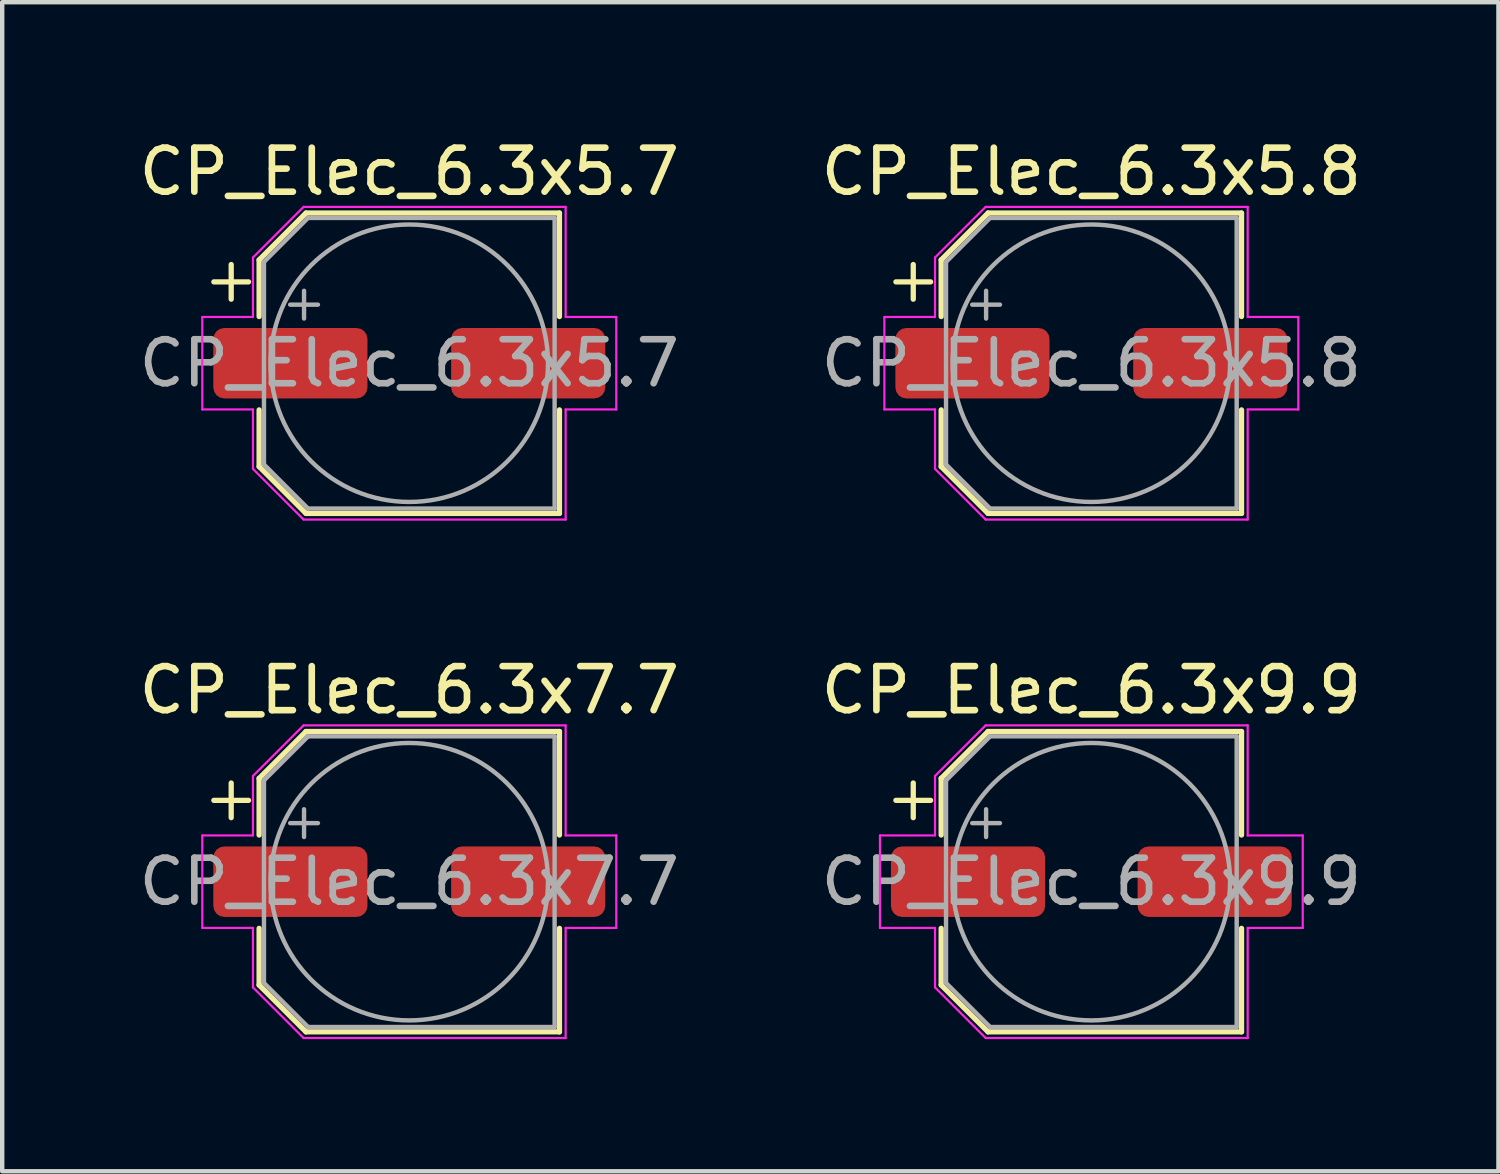
<source format=kicad_pcb>
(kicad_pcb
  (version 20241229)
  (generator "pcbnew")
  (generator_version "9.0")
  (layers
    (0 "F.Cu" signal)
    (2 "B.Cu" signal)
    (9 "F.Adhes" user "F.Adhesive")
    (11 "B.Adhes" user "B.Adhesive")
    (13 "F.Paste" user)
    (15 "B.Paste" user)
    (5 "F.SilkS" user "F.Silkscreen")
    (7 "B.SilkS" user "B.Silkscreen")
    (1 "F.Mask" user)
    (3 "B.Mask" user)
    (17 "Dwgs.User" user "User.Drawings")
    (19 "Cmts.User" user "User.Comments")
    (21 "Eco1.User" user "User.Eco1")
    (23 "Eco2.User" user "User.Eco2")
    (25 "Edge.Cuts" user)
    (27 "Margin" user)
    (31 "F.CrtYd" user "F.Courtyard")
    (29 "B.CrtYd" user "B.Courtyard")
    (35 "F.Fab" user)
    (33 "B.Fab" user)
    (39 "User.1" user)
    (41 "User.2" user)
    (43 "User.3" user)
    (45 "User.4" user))
  (footprint "CP_Elec_6.3x5.7"
    (layer "F.Cu")
    (at 6.244 5.198)
    (property "Reference" "CP_Elec_6.3x5.7" (at 0 -4.35 0) (layer "F.SilkS") (effects (font (size 1 1) (thickness 0.15))))
    (attr smd)
    (fp_line (start -4.438 -1.847) (end -3.65 -1.847) (stroke (width 0.12) (type solid)) (layer "F.SilkS"))
    (fp_line (start -4.044 -2.241) (end -4.044 -1.454) (stroke (width 0.12) (type solid)) (layer "F.SilkS"))
    (fp_line (start -3.41 -2.346) (end -3.41 -1.06) (stroke (width 0.12) (type solid)) (layer "F.SilkS"))
    (fp_line (start -3.41 -2.346) (end -2.346 -3.41) (stroke (width 0.12) (type solid)) (layer "F.SilkS"))
    (fp_line (start -3.41 2.346) (end -3.41 1.06) (stroke (width 0.12) (type solid)) (layer "F.SilkS"))
    (fp_line (start -3.41 2.346) (end -2.346 3.41) (stroke (width 0.12) (type solid)) (layer "F.SilkS"))
    (fp_line (start -2.346 -3.41) (end 3.41 -3.41) (stroke (width 0.12) (type solid)) (layer "F.SilkS"))
    (fp_line (start -2.346 3.41) (end 3.41 3.41) (stroke (width 0.12) (type solid)) (layer "F.SilkS"))
    (fp_line (start 3.41 -3.41) (end 3.41 -1.06) (stroke (width 0.12) (type solid)) (layer "F.SilkS"))
    (fp_line (start 3.41 3.41) (end 3.41 1.06) (stroke (width 0.12) (type solid)) (layer "F.SilkS"))
    (fp_line (start -4.7 -1.05) (end -4.7 1.05) (stroke (width 0.05) (type solid)) (layer "F.CrtYd"))
    (fp_line (start -4.7 1.05) (end -3.55 1.05) (stroke (width 0.05) (type solid)) (layer "F.CrtYd"))
    (fp_line (start -3.55 -2.4) (end -3.55 -1.05) (stroke (width 0.05) (type solid)) (layer "F.CrtYd"))
    (fp_line (start -3.55 -2.4) (end -2.4 -3.55) (stroke (width 0.05) (type solid)) (layer "F.CrtYd"))
    (fp_line (start -3.55 -1.05) (end -4.7 -1.05) (stroke (width 0.05) (type solid)) (layer "F.CrtYd"))
    (fp_line (start -3.55 1.05) (end -3.55 2.4) (stroke (width 0.05) (type solid)) (layer "F.CrtYd"))
    (fp_line (start -3.55 2.4) (end -2.4 3.55) (stroke (width 0.05) (type solid)) (layer "F.CrtYd"))
    (fp_line (start -2.4 -3.55) (end 3.55 -3.55) (stroke (width 0.05) (type solid)) (layer "F.CrtYd"))
    (fp_line (start -2.4 3.55) (end 3.55 3.55) (stroke (width 0.05) (type solid)) (layer "F.CrtYd"))
    (fp_line (start 3.55 -3.55) (end 3.55 -1.05) (stroke (width 0.05) (type solid)) (layer "F.CrtYd"))
    (fp_line (start 3.55 -1.05) (end 4.7 -1.05) (stroke (width 0.05) (type solid)) (layer "F.CrtYd"))
    (fp_line (start 3.55 1.05) (end 3.55 3.55) (stroke (width 0.05) (type solid)) (layer "F.CrtYd"))
    (fp_line (start 4.7 -1.05) (end 4.7 1.05) (stroke (width 0.05) (type solid)) (layer "F.CrtYd"))
    (fp_line (start 4.7 1.05) (end 3.55 1.05) (stroke (width 0.05) (type solid)) (layer "F.CrtYd"))
    (fp_line (start -3.3 -2.3) (end -3.3 2.3) (stroke (width 0.1) (type solid)) (layer "F.Fab"))
    (fp_line (start -3.3 -2.3) (end -2.3 -3.3) (stroke (width 0.1) (type solid)) (layer "F.Fab"))
    (fp_line (start -3.3 2.3) (end -2.3 3.3) (stroke (width 0.1) (type solid)) (layer "F.Fab"))
    (fp_line (start -2.705 -1.33) (end -2.075 -1.33) (stroke (width 0.1) (type solid)) (layer "F.Fab"))
    (fp_line (start -2.39 -1.645) (end -2.39 -1.015) (stroke (width 0.1) (type solid)) (layer "F.Fab"))
    (fp_line (start -2.3 -3.3) (end 3.3 -3.3) (stroke (width 0.1) (type solid)) (layer "F.Fab"))
    (fp_line (start -2.3 3.3) (end 3.3 3.3) (stroke (width 0.1) (type solid)) (layer "F.Fab"))
    (fp_line (start 3.3 -3.3) (end 3.3 3.3) (stroke (width 0.1) (type solid)) (layer "F.Fab"))
    (fp_circle (center 0 0) (end 3.15 0) (stroke (width 0.1) (type solid)) (fill no) (layer "F.Fab"))
    (fp_text user "${REFERENCE}" (at 0 0 0) (layer "F.Fab") (effects (font (size 1 1) (thickness 0.15))))
    (pad "1" smd roundrect (at -2.7 0) (size 3.5 1.6) (layers "F.Cu" "F.Mask" "F.Paste") (roundrect_rratio 0.156))
    (pad "2" smd roundrect (at 2.7 0) (size 3.5 1.6) (layers "F.Cu" "F.Mask" "F.Paste") (roundrect_rratio 0.156)))
  (footprint "CP_Elec_6.3x9.9"
    (layer "F.Cu")
    (at 21.732 16.971)
    (property "Reference" "CP_Elec_6.3x9.9" (at 0 -4.35 0) (layer "F.SilkS") (effects (font (size 1 1) (thickness 0.15))))
    (attr smd)
    (fp_line (start -4.438 -1.847) (end -3.65 -1.847) (stroke (width 0.12) (type solid)) (layer "F.SilkS"))
    (fp_line (start -4.044 -2.241) (end -4.044 -1.454) (stroke (width 0.12) (type solid)) (layer "F.SilkS"))
    (fp_line (start -3.41 -2.346) (end -3.41 -1.06) (stroke (width 0.12) (type solid)) (layer "F.SilkS"))
    (fp_line (start -3.41 -2.346) (end -2.346 -3.41) (stroke (width 0.12) (type solid)) (layer "F.SilkS"))
    (fp_line (start -3.41 2.346) (end -3.41 1.06) (stroke (width 0.12) (type solid)) (layer "F.SilkS"))
    (fp_line (start -3.41 2.346) (end -2.346 3.41) (stroke (width 0.12) (type solid)) (layer "F.SilkS"))
    (fp_line (start -2.346 -3.41) (end 3.41 -3.41) (stroke (width 0.12) (type solid)) (layer "F.SilkS"))
    (fp_line (start -2.346 3.41) (end 3.41 3.41) (stroke (width 0.12) (type solid)) (layer "F.SilkS"))
    (fp_line (start 3.41 -3.41) (end 3.41 -1.06) (stroke (width 0.12) (type solid)) (layer "F.SilkS"))
    (fp_line (start 3.41 3.41) (end 3.41 1.06) (stroke (width 0.12) (type solid)) (layer "F.SilkS"))
    (fp_line (start -4.8 -1.05) (end -4.8 1.05) (stroke (width 0.05) (type solid)) (layer "F.CrtYd"))
    (fp_line (start -4.8 1.05) (end -3.55 1.05) (stroke (width 0.05) (type solid)) (layer "F.CrtYd"))
    (fp_line (start -3.55 -2.4) (end -3.55 -1.05) (stroke (width 0.05) (type solid)) (layer "F.CrtYd"))
    (fp_line (start -3.55 -2.4) (end -2.4 -3.55) (stroke (width 0.05) (type solid)) (layer "F.CrtYd"))
    (fp_line (start -3.55 -1.05) (end -4.8 -1.05) (stroke (width 0.05) (type solid)) (layer "F.CrtYd"))
    (fp_line (start -3.55 1.05) (end -3.55 2.4) (stroke (width 0.05) (type solid)) (layer "F.CrtYd"))
    (fp_line (start -3.55 2.4) (end -2.4 3.55) (stroke (width 0.05) (type solid)) (layer "F.CrtYd"))
    (fp_line (start -2.4 -3.55) (end 3.55 -3.55) (stroke (width 0.05) (type solid)) (layer "F.CrtYd"))
    (fp_line (start -2.4 3.55) (end 3.55 3.55) (stroke (width 0.05) (type solid)) (layer "F.CrtYd"))
    (fp_line (start 3.55 -3.55) (end 3.55 -1.05) (stroke (width 0.05) (type solid)) (layer "F.CrtYd"))
    (fp_line (start 3.55 -1.05) (end 4.8 -1.05) (stroke (width 0.05) (type solid)) (layer "F.CrtYd"))
    (fp_line (start 3.55 1.05) (end 3.55 3.55) (stroke (width 0.05) (type solid)) (layer "F.CrtYd"))
    (fp_line (start 4.8 -1.05) (end 4.8 1.05) (stroke (width 0.05) (type solid)) (layer "F.CrtYd"))
    (fp_line (start 4.8 1.05) (end 3.55 1.05) (stroke (width 0.05) (type solid)) (layer "F.CrtYd"))
    (fp_line (start -3.3 -2.3) (end -3.3 2.3) (stroke (width 0.1) (type solid)) (layer "F.Fab"))
    (fp_line (start -3.3 -2.3) (end -2.3 -3.3) (stroke (width 0.1) (type solid)) (layer "F.Fab"))
    (fp_line (start -3.3 2.3) (end -2.3 3.3) (stroke (width 0.1) (type solid)) (layer "F.Fab"))
    (fp_line (start -2.705 -1.33) (end -2.075 -1.33) (stroke (width 0.1) (type solid)) (layer "F.Fab"))
    (fp_line (start -2.39 -1.645) (end -2.39 -1.015) (stroke (width 0.1) (type solid)) (layer "F.Fab"))
    (fp_line (start -2.3 -3.3) (end 3.3 -3.3) (stroke (width 0.1) (type solid)) (layer "F.Fab"))
    (fp_line (start -2.3 3.3) (end 3.3 3.3) (stroke (width 0.1) (type solid)) (layer "F.Fab"))
    (fp_line (start 3.3 -3.3) (end 3.3 3.3) (stroke (width 0.1) (type solid)) (layer "F.Fab"))
    (fp_circle (center 0 0) (end 3.15 0) (stroke (width 0.1) (type solid)) (fill no) (layer "F.Fab"))
    (fp_text user "${REFERENCE}" (at 0 0 0) (layer "F.Fab") (effects (font (size 1 1) (thickness 0.15))))
    (pad "1" smd roundrect (at -2.8 0) (size 3.5 1.6) (layers "F.Cu" "F.Mask" "F.Paste") (roundrect_rratio 0.156))
    (pad "2" smd roundrect (at 2.8 0) (size 3.5 1.6) (layers "F.Cu" "F.Mask" "F.Paste") (roundrect_rratio 0.156)))
  (footprint "CP_Elec_6.3x5.8"
    (layer "F.Cu")
    (at 21.732 5.198)
    (property "Reference" "CP_Elec_6.3x5.8" (at 0 -4.35 0) (layer "F.SilkS") (effects (font (size 1 1) (thickness 0.15))))
    (attr smd)
    (fp_line (start -4.438 -1.847) (end -3.65 -1.847) (stroke (width 0.12) (type solid)) (layer "F.SilkS"))
    (fp_line (start -4.044 -2.241) (end -4.044 -1.454) (stroke (width 0.12) (type solid)) (layer "F.SilkS"))
    (fp_line (start -3.41 -2.346) (end -3.41 -1.06) (stroke (width 0.12) (type solid)) (layer "F.SilkS"))
    (fp_line (start -3.41 -2.346) (end -2.346 -3.41) (stroke (width 0.12) (type solid)) (layer "F.SilkS"))
    (fp_line (start -3.41 2.346) (end -3.41 1.06) (stroke (width 0.12) (type solid)) (layer "F.SilkS"))
    (fp_line (start -3.41 2.346) (end -2.346 3.41) (stroke (width 0.12) (type solid)) (layer "F.SilkS"))
    (fp_line (start -2.346 -3.41) (end 3.41 -3.41) (stroke (width 0.12) (type solid)) (layer "F.SilkS"))
    (fp_line (start -2.346 3.41) (end 3.41 3.41) (stroke (width 0.12) (type solid)) (layer "F.SilkS"))
    (fp_line (start 3.41 -3.41) (end 3.41 -1.06) (stroke (width 0.12) (type solid)) (layer "F.SilkS"))
    (fp_line (start 3.41 3.41) (end 3.41 1.06) (stroke (width 0.12) (type solid)) (layer "F.SilkS"))
    (fp_line (start -4.7 -1.05) (end -4.7 1.05) (stroke (width 0.05) (type solid)) (layer "F.CrtYd"))
    (fp_line (start -4.7 1.05) (end -3.55 1.05) (stroke (width 0.05) (type solid)) (layer "F.CrtYd"))
    (fp_line (start -3.55 -2.4) (end -3.55 -1.05) (stroke (width 0.05) (type solid)) (layer "F.CrtYd"))
    (fp_line (start -3.55 -2.4) (end -2.4 -3.55) (stroke (width 0.05) (type solid)) (layer "F.CrtYd"))
    (fp_line (start -3.55 -1.05) (end -4.7 -1.05) (stroke (width 0.05) (type solid)) (layer "F.CrtYd"))
    (fp_line (start -3.55 1.05) (end -3.55 2.4) (stroke (width 0.05) (type solid)) (layer "F.CrtYd"))
    (fp_line (start -3.55 2.4) (end -2.4 3.55) (stroke (width 0.05) (type solid)) (layer "F.CrtYd"))
    (fp_line (start -2.4 -3.55) (end 3.55 -3.55) (stroke (width 0.05) (type solid)) (layer "F.CrtYd"))
    (fp_line (start -2.4 3.55) (end 3.55 3.55) (stroke (width 0.05) (type solid)) (layer "F.CrtYd"))
    (fp_line (start 3.55 -3.55) (end 3.55 -1.05) (stroke (width 0.05) (type solid)) (layer "F.CrtYd"))
    (fp_line (start 3.55 -1.05) (end 4.7 -1.05) (stroke (width 0.05) (type solid)) (layer "F.CrtYd"))
    (fp_line (start 3.55 1.05) (end 3.55 3.55) (stroke (width 0.05) (type solid)) (layer "F.CrtYd"))
    (fp_line (start 4.7 -1.05) (end 4.7 1.05) (stroke (width 0.05) (type solid)) (layer "F.CrtYd"))
    (fp_line (start 4.7 1.05) (end 3.55 1.05) (stroke (width 0.05) (type solid)) (layer "F.CrtYd"))
    (fp_line (start -3.3 -2.3) (end -3.3 2.3) (stroke (width 0.1) (type solid)) (layer "F.Fab"))
    (fp_line (start -3.3 -2.3) (end -2.3 -3.3) (stroke (width 0.1) (type solid)) (layer "F.Fab"))
    (fp_line (start -3.3 2.3) (end -2.3 3.3) (stroke (width 0.1) (type solid)) (layer "F.Fab"))
    (fp_line (start -2.705 -1.33) (end -2.075 -1.33) (stroke (width 0.1) (type solid)) (layer "F.Fab"))
    (fp_line (start -2.39 -1.645) (end -2.39 -1.015) (stroke (width 0.1) (type solid)) (layer "F.Fab"))
    (fp_line (start -2.3 -3.3) (end 3.3 -3.3) (stroke (width 0.1) (type solid)) (layer "F.Fab"))
    (fp_line (start -2.3 3.3) (end 3.3 3.3) (stroke (width 0.1) (type solid)) (layer "F.Fab"))
    (fp_line (start 3.3 -3.3) (end 3.3 3.3) (stroke (width 0.1) (type solid)) (layer "F.Fab"))
    (fp_circle (center 0 0) (end 3.15 0) (stroke (width 0.1) (type solid)) (fill no) (layer "F.Fab"))
    (fp_text user "${REFERENCE}" (at 0 0 0) (layer "F.Fab") (effects (font (size 1 1) (thickness 0.15))))
    (pad "1" smd roundrect (at -2.7 0) (size 3.5 1.6) (layers "F.Cu" "F.Mask" "F.Paste") (roundrect_rratio 0.156))
    (pad "2" smd roundrect (at 2.7 0) (size 3.5 1.6) (layers "F.Cu" "F.Mask" "F.Paste") (roundrect_rratio 0.156)))
  (footprint "CP_Elec_6.3x7.7"
    (layer "F.Cu")
    (at 6.244 16.971)
    (property "Reference" "CP_Elec_6.3x7.7" (at 0 -4.35 0) (layer "F.SilkS") (effects (font (size 1 1) (thickness 0.15))))
    (attr smd)
    (fp_line (start -4.438 -1.847) (end -3.65 -1.847) (stroke (width 0.12) (type solid)) (layer "F.SilkS"))
    (fp_line (start -4.044 -2.241) (end -4.044 -1.454) (stroke (width 0.12) (type solid)) (layer "F.SilkS"))
    (fp_line (start -3.41 -2.346) (end -3.41 -1.06) (stroke (width 0.12) (type solid)) (layer "F.SilkS"))
    (fp_line (start -3.41 -2.346) (end -2.346 -3.41) (stroke (width 0.12) (type solid)) (layer "F.SilkS"))
    (fp_line (start -3.41 2.346) (end -3.41 1.06) (stroke (width 0.12) (type solid)) (layer "F.SilkS"))
    (fp_line (start -3.41 2.346) (end -2.346 3.41) (stroke (width 0.12) (type solid)) (layer "F.SilkS"))
    (fp_line (start -2.346 -3.41) (end 3.41 -3.41) (stroke (width 0.12) (type solid)) (layer "F.SilkS"))
    (fp_line (start -2.346 3.41) (end 3.41 3.41) (stroke (width 0.12) (type solid)) (layer "F.SilkS"))
    (fp_line (start 3.41 -3.41) (end 3.41 -1.06) (stroke (width 0.12) (type solid)) (layer "F.SilkS"))
    (fp_line (start 3.41 3.41) (end 3.41 1.06) (stroke (width 0.12) (type solid)) (layer "F.SilkS"))
    (fp_line (start -4.7 -1.05) (end -4.7 1.05) (stroke (width 0.05) (type solid)) (layer "F.CrtYd"))
    (fp_line (start -4.7 1.05) (end -3.55 1.05) (stroke (width 0.05) (type solid)) (layer "F.CrtYd"))
    (fp_line (start -3.55 -2.4) (end -3.55 -1.05) (stroke (width 0.05) (type solid)) (layer "F.CrtYd"))
    (fp_line (start -3.55 -2.4) (end -2.4 -3.55) (stroke (width 0.05) (type solid)) (layer "F.CrtYd"))
    (fp_line (start -3.55 -1.05) (end -4.7 -1.05) (stroke (width 0.05) (type solid)) (layer "F.CrtYd"))
    (fp_line (start -3.55 1.05) (end -3.55 2.4) (stroke (width 0.05) (type solid)) (layer "F.CrtYd"))
    (fp_line (start -3.55 2.4) (end -2.4 3.55) (stroke (width 0.05) (type solid)) (layer "F.CrtYd"))
    (fp_line (start -2.4 -3.55) (end 3.55 -3.55) (stroke (width 0.05) (type solid)) (layer "F.CrtYd"))
    (fp_line (start -2.4 3.55) (end 3.55 3.55) (stroke (width 0.05) (type solid)) (layer "F.CrtYd"))
    (fp_line (start 3.55 -3.55) (end 3.55 -1.05) (stroke (width 0.05) (type solid)) (layer "F.CrtYd"))
    (fp_line (start 3.55 -1.05) (end 4.7 -1.05) (stroke (width 0.05) (type solid)) (layer "F.CrtYd"))
    (fp_line (start 3.55 1.05) (end 3.55 3.55) (stroke (width 0.05) (type solid)) (layer "F.CrtYd"))
    (fp_line (start 4.7 -1.05) (end 4.7 1.05) (stroke (width 0.05) (type solid)) (layer "F.CrtYd"))
    (fp_line (start 4.7 1.05) (end 3.55 1.05) (stroke (width 0.05) (type solid)) (layer "F.CrtYd"))
    (fp_line (start -3.3 -2.3) (end -3.3 2.3) (stroke (width 0.1) (type solid)) (layer "F.Fab"))
    (fp_line (start -3.3 -2.3) (end -2.3 -3.3) (stroke (width 0.1) (type solid)) (layer "F.Fab"))
    (fp_line (start -3.3 2.3) (end -2.3 3.3) (stroke (width 0.1) (type solid)) (layer "F.Fab"))
    (fp_line (start -2.705 -1.33) (end -2.075 -1.33) (stroke (width 0.1) (type solid)) (layer "F.Fab"))
    (fp_line (start -2.39 -1.645) (end -2.39 -1.015) (stroke (width 0.1) (type solid)) (layer "F.Fab"))
    (fp_line (start -2.3 -3.3) (end 3.3 -3.3) (stroke (width 0.1) (type solid)) (layer "F.Fab"))
    (fp_line (start -2.3 3.3) (end 3.3 3.3) (stroke (width 0.1) (type solid)) (layer "F.Fab"))
    (fp_line (start 3.3 -3.3) (end 3.3 3.3) (stroke (width 0.1) (type solid)) (layer "F.Fab"))
    (fp_circle (center 0 0) (end 3.15 0) (stroke (width 0.1) (type solid)) (fill no) (layer "F.Fab"))
    (fp_text user "${REFERENCE}" (at 0 0 0) (layer "F.Fab") (effects (font (size 1 1) (thickness 0.15))))
    (pad "1" smd roundrect (at -2.7 0) (size 3.5 1.6) (layers "F.Cu" "F.Mask" "F.Paste") (roundrect_rratio 0.156))
    (pad "2" smd roundrect (at 2.7 0) (size 3.5 1.6) (layers "F.Cu" "F.Mask" "F.Paste") (roundrect_rratio 0.156)))
  (gr_rect
    (start -3 -3)
    (end 30.976 23.547)
    (stroke (width 0.1) (type default))
    (fill no)
    (layer "Edge.Cuts")))
</source>
